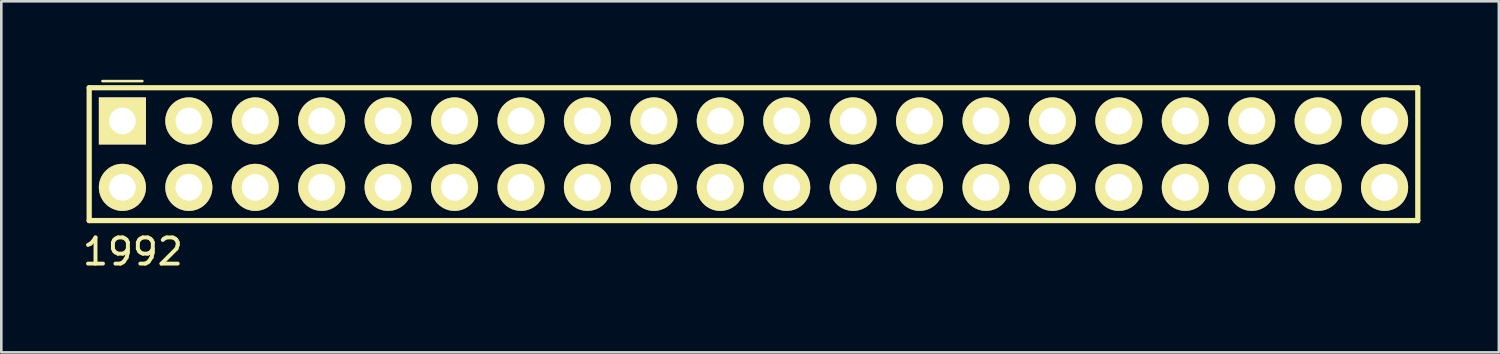
<source format=kicad_pcb>
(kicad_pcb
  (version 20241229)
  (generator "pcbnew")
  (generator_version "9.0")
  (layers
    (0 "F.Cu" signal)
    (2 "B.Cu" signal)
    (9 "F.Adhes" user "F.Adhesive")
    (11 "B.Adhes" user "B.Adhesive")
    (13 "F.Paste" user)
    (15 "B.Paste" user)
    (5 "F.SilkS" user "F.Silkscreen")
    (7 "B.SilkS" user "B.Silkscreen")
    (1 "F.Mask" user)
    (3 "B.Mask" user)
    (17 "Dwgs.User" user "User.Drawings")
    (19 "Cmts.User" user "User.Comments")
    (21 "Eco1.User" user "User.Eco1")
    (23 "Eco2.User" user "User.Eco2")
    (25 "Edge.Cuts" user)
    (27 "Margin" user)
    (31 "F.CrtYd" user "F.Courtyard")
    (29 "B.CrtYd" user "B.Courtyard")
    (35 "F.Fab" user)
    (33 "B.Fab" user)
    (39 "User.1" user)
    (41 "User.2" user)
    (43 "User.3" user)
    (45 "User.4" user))
  (footprint "1992"
    (layer "F.Cu")
    (at 1.63 1.574)
    (property "Reference" "1992" (at 0.4 5 0) (layer "F.SilkS") (effects (font (size 1 1) (thickness 0.15))))
    (attr through_hole)
    (fp_line (start -1.27 -1.27) (end 49.53 -1.27) (stroke (width 0.2) (type solid)) (layer "F.SilkS"))
    (fp_line (start -1.27 3.81) (end -1.27 -1.27) (stroke (width 0.2) (type solid)) (layer "F.SilkS"))
    (fp_line (start -0.762 -1.524) (end 0.762 -1.524) (stroke (width 0.1) (type solid)) (layer "F.SilkS"))
    (fp_line (start 49.53 -1.27) (end 49.53 3.81) (stroke (width 0.2) (type solid)) (layer "F.SilkS"))
    (fp_line (start 49.53 3.81) (end -1.27 3.81) (stroke (width 0.2) (type solid)) (layer "F.SilkS"))
    (pad "1" thru_hole rect (at 0 0) (size 1.8 1.8) (drill 1.02) (layers "*.Cu" "*.Mask" "F.SilkS"))
    (pad "2" thru_hole circle (at 0 2.54) (size 1.8 1.8) (drill 1.02) (layers "*.Cu" "*.Mask" "F.SilkS"))
    (pad "3" thru_hole circle (at 2.54 0) (size 1.8 1.8) (drill 1.02) (layers "*.Cu" "*.Mask" "F.SilkS"))
    (pad "4" thru_hole circle (at 2.54 2.54) (size 1.8 1.8) (drill 1.02) (layers "*.Cu" "*.Mask" "F.SilkS"))
    (pad "5" thru_hole circle (at 5.08 0) (size 1.8 1.8) (drill 1.02) (layers "*.Cu" "*.Mask" "F.SilkS"))
    (pad "6" thru_hole circle (at 5.08 2.54) (size 1.8 1.8) (drill 1.02) (layers "*.Cu" "*.Mask" "F.SilkS"))
    (pad "7" thru_hole circle (at 7.62 0) (size 1.8 1.8) (drill 1.02) (layers "*.Cu" "*.Mask" "F.SilkS"))
    (pad "8" thru_hole circle (at 7.62 2.54) (size 1.8 1.8) (drill 1.02) (layers "*.Cu" "*.Mask" "F.SilkS"))
    (pad "9" thru_hole circle (at 10.16 0) (size 1.8 1.8) (drill 1.02) (layers "*.Cu" "*.Mask" "F.SilkS"))
    (pad "10" thru_hole circle (at 10.16 2.54) (size 1.8 1.8) (drill 1.02) (layers "*.Cu" "*.Mask" "F.SilkS"))
    (pad "11" thru_hole circle (at 12.7 0) (size 1.8 1.8) (drill 1.02) (layers "*.Cu" "*.Mask" "F.SilkS"))
    (pad "12" thru_hole circle (at 12.7 2.54) (size 1.8 1.8) (drill 1.02) (layers "*.Cu" "*.Mask" "F.SilkS"))
    (pad "13" thru_hole circle (at 15.24 0) (size 1.8 1.8) (drill 1.02) (layers "*.Cu" "*.Mask" "F.SilkS"))
    (pad "14" thru_hole circle (at 15.24 2.54) (size 1.8 1.8) (drill 1.02) (layers "*.Cu" "*.Mask" "F.SilkS"))
    (pad "15" thru_hole circle (at 17.78 0) (size 1.8 1.8) (drill 1.02) (layers "*.Cu" "*.Mask" "F.SilkS"))
    (pad "16" thru_hole circle (at 17.78 2.54) (size 1.8 1.8) (drill 1.02) (layers "*.Cu" "*.Mask" "F.SilkS"))
    (pad "17" thru_hole circle (at 20.32 0) (size 1.8 1.8) (drill 1.02) (layers "*.Cu" "*.Mask" "F.SilkS"))
    (pad "18" thru_hole circle (at 20.32 2.54) (size 1.8 1.8) (drill 1.02) (layers "*.Cu" "*.Mask" "F.SilkS"))
    (pad "19" thru_hole circle (at 22.86 0) (size 1.8 1.8) (drill 1.02) (layers "*.Cu" "*.Mask" "F.SilkS"))
    (pad "20" thru_hole circle (at 22.86 2.54) (size 1.8 1.8) (drill 1.02) (layers "*.Cu" "*.Mask" "F.SilkS"))
    (pad "21" thru_hole circle (at 25.4 0) (size 1.8 1.8) (drill 1.02) (layers "*.Cu" "*.Mask" "F.SilkS"))
    (pad "22" thru_hole circle (at 25.4 2.54) (size 1.8 1.8) (drill 1.02) (layers "*.Cu" "*.Mask" "F.SilkS"))
    (pad "23" thru_hole circle (at 27.94 0) (size 1.8 1.8) (drill 1.02) (layers "*.Cu" "*.Mask" "F.SilkS"))
    (pad "24" thru_hole circle (at 27.94 2.54) (size 1.8 1.8) (drill 1.02) (layers "*.Cu" "*.Mask" "F.SilkS"))
    (pad "25" thru_hole circle (at 30.48 0) (size 1.8 1.8) (drill 1.02) (layers "*.Cu" "*.Mask" "F.SilkS"))
    (pad "26" thru_hole circle (at 30.48 2.54) (size 1.8 1.8) (drill 1.02) (layers "*.Cu" "*.Mask" "F.SilkS"))
    (pad "27" thru_hole circle (at 33.02 0) (size 1.8 1.8) (drill 1.02) (layers "*.Cu" "*.Mask" "F.SilkS"))
    (pad "28" thru_hole circle (at 33.02 2.54) (size 1.8 1.8) (drill 1.02) (layers "*.Cu" "*.Mask" "F.SilkS"))
    (pad "29" thru_hole circle (at 35.56 0) (size 1.8 1.8) (drill 1.02) (layers "*.Cu" "*.Mask" "F.SilkS"))
    (pad "30" thru_hole circle (at 35.56 2.54) (size 1.8 1.8) (drill 1.02) (layers "*.Cu" "*.Mask" "F.SilkS"))
    (pad "31" thru_hole circle (at 38.1 0) (size 1.8 1.8) (drill 1.02) (layers "*.Cu" "*.Mask" "F.SilkS"))
    (pad "32" thru_hole circle (at 38.1 2.54) (size 1.8 1.8) (drill 1.02) (layers "*.Cu" "*.Mask" "F.SilkS"))
    (pad "33" thru_hole circle (at 40.64 0) (size 1.8 1.8) (drill 1.02) (layers "*.Cu" "*.Mask" "F.SilkS"))
    (pad "34" thru_hole circle (at 40.64 2.54) (size 1.8 1.8) (drill 1.02) (layers "*.Cu" "*.Mask" "F.SilkS"))
    (pad "35" thru_hole circle (at 43.18 0) (size 1.8 1.8) (drill 1.02) (layers "*.Cu" "*.Mask" "F.SilkS"))
    (pad "36" thru_hole circle (at 43.18 2.54) (size 1.8 1.8) (drill 1.02) (layers "*.Cu" "*.Mask" "F.SilkS"))
    (pad "37" thru_hole circle (at 45.72 0) (size 1.8 1.8) (drill 1.02) (layers "*.Cu" "*.Mask" "F.SilkS"))
    (pad "38" thru_hole circle (at 45.72 2.54) (size 1.8 1.8) (drill 1.02) (layers "*.Cu" "*.Mask" "F.SilkS"))
    (pad "39" thru_hole circle (at 48.26 0) (size 1.8 1.8) (drill 1.02) (layers "*.Cu" "*.Mask" "F.SilkS"))
    (pad "40" thru_hole circle (at 48.26 2.54) (size 1.8 1.8) (drill 1.02) (layers "*.Cu" "*.Mask" "F.SilkS")))
  (gr_rect
    (start -3 -3)
    (end 54.26 10.422)
    (stroke (width 0.1) (type default))
    (fill no)
    (layer "Edge.Cuts")))
</source>
